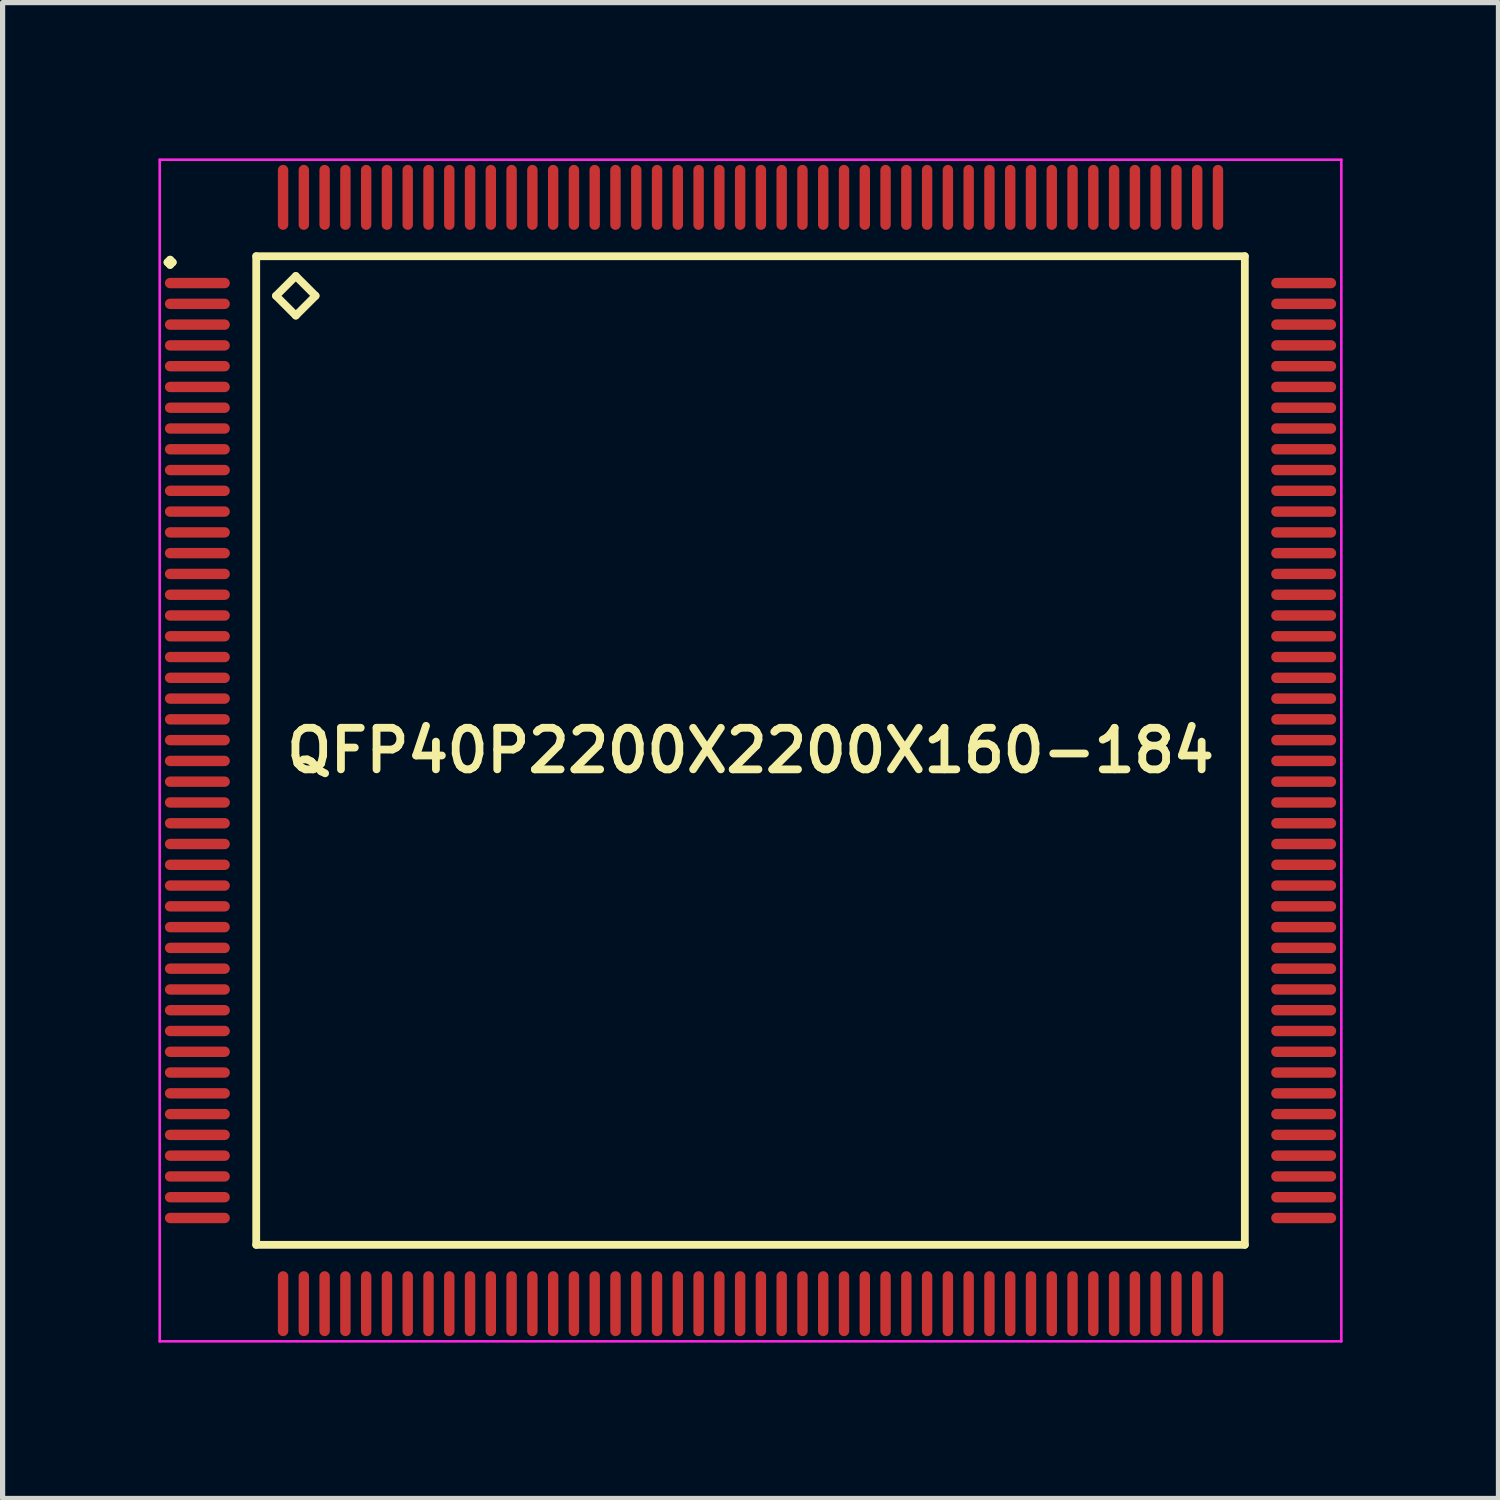
<source format=kicad_pcb>
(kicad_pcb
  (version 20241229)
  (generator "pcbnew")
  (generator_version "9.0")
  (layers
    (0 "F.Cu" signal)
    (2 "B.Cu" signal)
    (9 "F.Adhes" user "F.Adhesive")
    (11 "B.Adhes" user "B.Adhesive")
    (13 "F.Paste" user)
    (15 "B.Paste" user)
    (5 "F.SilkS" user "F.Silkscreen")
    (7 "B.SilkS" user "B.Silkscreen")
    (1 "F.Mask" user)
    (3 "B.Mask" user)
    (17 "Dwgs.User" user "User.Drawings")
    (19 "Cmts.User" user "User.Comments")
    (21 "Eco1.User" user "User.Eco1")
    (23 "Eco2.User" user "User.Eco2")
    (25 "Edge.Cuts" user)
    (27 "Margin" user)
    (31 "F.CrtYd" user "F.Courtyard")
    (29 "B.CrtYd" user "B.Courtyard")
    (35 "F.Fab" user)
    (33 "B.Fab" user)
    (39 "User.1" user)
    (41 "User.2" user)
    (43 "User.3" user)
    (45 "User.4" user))
  (footprint "QFP40P2200X2200X160-184"
    (layer "F.Cu")
    (at 11.4 11.4)
    (property "Reference" "QFP40P2200X2200X160-184" (at 0 0 0) (layer "F.SilkS") (effects (font (size 0.8 0.8) (thickness 0.15))))
    (attr smd)
    (fp_line (start -11.225 -9.4) (end -11.175 -9.45) (stroke (width 0.15) (type solid)) (layer "F.SilkS"))
    (fp_line (start -11.175 -9.45) (end -11.125 -9.4) (stroke (width 0.15) (type solid)) (layer "F.SilkS"))
    (fp_line (start -11.175 -9.35) (end -11.225 -9.4) (stroke (width 0.15) (type solid)) (layer "F.SilkS"))
    (fp_line (start -11.125 -9.4) (end -11.175 -9.35) (stroke (width 0.15) (type solid)) (layer "F.SilkS"))
    (fp_line (start -9.517 -9.517) (end -9.517 9.517) (stroke (width 0.15) (type solid)) (layer "F.SilkS"))
    (fp_line (start -9.517 9.517) (end 9.517 9.517) (stroke (width 0.15) (type solid)) (layer "F.SilkS"))
    (fp_line (start -9.136 -8.755) (end -8.755 -9.136) (stroke (width 0.15) (type solid)) (layer "F.SilkS"))
    (fp_line (start -8.755 -9.136) (end -8.374 -8.755) (stroke (width 0.15) (type solid)) (layer "F.SilkS"))
    (fp_line (start -8.755 -8.374) (end -9.136 -8.755) (stroke (width 0.15) (type solid)) (layer "F.SilkS"))
    (fp_line (start -8.374 -8.755) (end -8.755 -8.374) (stroke (width 0.15) (type solid)) (layer "F.SilkS"))
    (fp_line (start 9.517 -9.517) (end -9.517 -9.517) (stroke (width 0.15) (type solid)) (layer "F.SilkS"))
    (fp_line (start 9.517 9.517) (end 9.517 -9.517) (stroke (width 0.15) (type solid)) (layer "F.SilkS"))
    (fp_line (start -11.375 -11.375) (end 11.375 -11.375) (stroke (width 0.05) (type solid)) (layer "F.CrtYd"))
    (fp_line (start -11.375 11.375) (end -11.375 -11.375) (stroke (width 0.05) (type solid)) (layer "F.CrtYd"))
    (fp_line (start 11.375 -11.375) (end 11.375 11.375) (stroke (width 0.05) (type solid)) (layer "F.CrtYd"))
    (fp_line (start 11.375 11.375) (end -11.375 11.375) (stroke (width 0.05) (type solid)) (layer "F.CrtYd"))
    (pad "1" smd oval (at -10.65 -9) (size 1.25 0.2) (layers "F.Cu" "F.Mask" "F.Paste"))
    (pad "2" smd oval (at -10.65 -8.6) (size 1.25 0.2) (layers "F.Cu" "F.Mask" "F.Paste"))
    (pad "3" smd oval (at -10.65 -8.2) (size 1.25 0.2) (layers "F.Cu" "F.Mask" "F.Paste"))
    (pad "4" smd oval (at -10.65 -7.8) (size 1.25 0.2) (layers "F.Cu" "F.Mask" "F.Paste"))
    (pad "5" smd oval (at -10.65 -7.4) (size 1.25 0.2) (layers "F.Cu" "F.Mask" "F.Paste"))
    (pad "6" smd oval (at -10.65 -7) (size 1.25 0.2) (layers "F.Cu" "F.Mask" "F.Paste"))
    (pad "7" smd oval (at -10.65 -6.6) (size 1.25 0.2) (layers "F.Cu" "F.Mask" "F.Paste"))
    (pad "8" smd oval (at -10.65 -6.2) (size 1.25 0.2) (layers "F.Cu" "F.Mask" "F.Paste"))
    (pad "9" smd oval (at -10.65 -5.8) (size 1.25 0.2) (layers "F.Cu" "F.Mask" "F.Paste"))
    (pad "10" smd oval (at -10.65 -5.4) (size 1.25 0.2) (layers "F.Cu" "F.Mask" "F.Paste"))
    (pad "11" smd oval (at -10.65 -5) (size 1.25 0.2) (layers "F.Cu" "F.Mask" "F.Paste"))
    (pad "12" smd oval (at -10.65 -4.6) (size 1.25 0.2) (layers "F.Cu" "F.Mask" "F.Paste"))
    (pad "13" smd oval (at -10.65 -4.2) (size 1.25 0.2) (layers "F.Cu" "F.Mask" "F.Paste"))
    (pad "14" smd oval (at -10.65 -3.8) (size 1.25 0.2) (layers "F.Cu" "F.Mask" "F.Paste"))
    (pad "15" smd oval (at -10.65 -3.4) (size 1.25 0.2) (layers "F.Cu" "F.Mask" "F.Paste"))
    (pad "16" smd oval (at -10.65 -3) (size 1.25 0.2) (layers "F.Cu" "F.Mask" "F.Paste"))
    (pad "17" smd oval (at -10.65 -2.6) (size 1.25 0.2) (layers "F.Cu" "F.Mask" "F.Paste"))
    (pad "18" smd oval (at -10.65 -2.2) (size 1.25 0.2) (layers "F.Cu" "F.Mask" "F.Paste"))
    (pad "19" smd oval (at -10.65 -1.8) (size 1.25 0.2) (layers "F.Cu" "F.Mask" "F.Paste"))
    (pad "20" smd oval (at -10.65 -1.4) (size 1.25 0.2) (layers "F.Cu" "F.Mask" "F.Paste"))
    (pad "21" smd oval (at -10.65 -1) (size 1.25 0.2) (layers "F.Cu" "F.Mask" "F.Paste"))
    (pad "22" smd oval (at -10.65 -0.6) (size 1.25 0.2) (layers "F.Cu" "F.Mask" "F.Paste"))
    (pad "23" smd oval (at -10.65 -0.2) (size 1.25 0.2) (layers "F.Cu" "F.Mask" "F.Paste"))
    (pad "24" smd oval (at -10.65 0.2) (size 1.25 0.2) (layers "F.Cu" "F.Mask" "F.Paste"))
    (pad "25" smd oval (at -10.65 0.6) (size 1.25 0.2) (layers "F.Cu" "F.Mask" "F.Paste"))
    (pad "26" smd oval (at -10.65 1) (size 1.25 0.2) (layers "F.Cu" "F.Mask" "F.Paste"))
    (pad "27" smd oval (at -10.65 1.4) (size 1.25 0.2) (layers "F.Cu" "F.Mask" "F.Paste"))
    (pad "28" smd oval (at -10.65 1.8) (size 1.25 0.2) (layers "F.Cu" "F.Mask" "F.Paste"))
    (pad "29" smd oval (at -10.65 2.2) (size 1.25 0.2) (layers "F.Cu" "F.Mask" "F.Paste"))
    (pad "30" smd oval (at -10.65 2.6) (size 1.25 0.2) (layers "F.Cu" "F.Mask" "F.Paste"))
    (pad "31" smd oval (at -10.65 3) (size 1.25 0.2) (layers "F.Cu" "F.Mask" "F.Paste"))
    (pad "32" smd oval (at -10.65 3.4) (size 1.25 0.2) (layers "F.Cu" "F.Mask" "F.Paste"))
    (pad "33" smd oval (at -10.65 3.8) (size 1.25 0.2) (layers "F.Cu" "F.Mask" "F.Paste"))
    (pad "34" smd oval (at -10.65 4.2) (size 1.25 0.2) (layers "F.Cu" "F.Mask" "F.Paste"))
    (pad "35" smd oval (at -10.65 4.6) (size 1.25 0.2) (layers "F.Cu" "F.Mask" "F.Paste"))
    (pad "36" smd oval (at -10.65 5) (size 1.25 0.2) (layers "F.Cu" "F.Mask" "F.Paste"))
    (pad "37" smd oval (at -10.65 5.4) (size 1.25 0.2) (layers "F.Cu" "F.Mask" "F.Paste"))
    (pad "38" smd oval (at -10.65 5.8) (size 1.25 0.2) (layers "F.Cu" "F.Mask" "F.Paste"))
    (pad "39" smd oval (at -10.65 6.2) (size 1.25 0.2) (layers "F.Cu" "F.Mask" "F.Paste"))
    (pad "40" smd oval (at -10.65 6.6) (size 1.25 0.2) (layers "F.Cu" "F.Mask" "F.Paste"))
    (pad "41" smd oval (at -10.65 7) (size 1.25 0.2) (layers "F.Cu" "F.Mask" "F.Paste"))
    (pad "42" smd oval (at -10.65 7.4) (size 1.25 0.2) (layers "F.Cu" "F.Mask" "F.Paste"))
    (pad "43" smd oval (at -10.65 7.8) (size 1.25 0.2) (layers "F.Cu" "F.Mask" "F.Paste"))
    (pad "44" smd oval (at -10.65 8.2) (size 1.25 0.2) (layers "F.Cu" "F.Mask" "F.Paste"))
    (pad "45" smd oval (at -10.65 8.6) (size 1.25 0.2) (layers "F.Cu" "F.Mask" "F.Paste"))
    (pad "46" smd oval (at -10.65 9) (size 1.25 0.2) (layers "F.Cu" "F.Mask" "F.Paste"))
    (pad "47" smd oval (at -9 10.65) (size 0.2 1.25) (layers "F.Cu" "F.Mask" "F.Paste"))
    (pad "48" smd oval (at -8.6 10.65) (size 0.2 1.25) (layers "F.Cu" "F.Mask" "F.Paste"))
    (pad "49" smd oval (at -8.2 10.65) (size 0.2 1.25) (layers "F.Cu" "F.Mask" "F.Paste"))
    (pad "50" smd oval (at -7.8 10.65) (size 0.2 1.25) (layers "F.Cu" "F.Mask" "F.Paste"))
    (pad "51" smd oval (at -7.4 10.65) (size 0.2 1.25) (layers "F.Cu" "F.Mask" "F.Paste"))
    (pad "52" smd oval (at -7 10.65) (size 0.2 1.25) (layers "F.Cu" "F.Mask" "F.Paste"))
    (pad "53" smd oval (at -6.6 10.65) (size 0.2 1.25) (layers "F.Cu" "F.Mask" "F.Paste"))
    (pad "54" smd oval (at -6.2 10.65) (size 0.2 1.25) (layers "F.Cu" "F.Mask" "F.Paste"))
    (pad "55" smd oval (at -5.8 10.65) (size 0.2 1.25) (layers "F.Cu" "F.Mask" "F.Paste"))
    (pad "56" smd oval (at -5.4 10.65) (size 0.2 1.25) (layers "F.Cu" "F.Mask" "F.Paste"))
    (pad "57" smd oval (at -5 10.65) (size 0.2 1.25) (layers "F.Cu" "F.Mask" "F.Paste"))
    (pad "58" smd oval (at -4.6 10.65) (size 0.2 1.25) (layers "F.Cu" "F.Mask" "F.Paste"))
    (pad "59" smd oval (at -4.2 10.65) (size 0.2 1.25) (layers "F.Cu" "F.Mask" "F.Paste"))
    (pad "60" smd oval (at -3.8 10.65) (size 0.2 1.25) (layers "F.Cu" "F.Mask" "F.Paste"))
    (pad "61" smd oval (at -3.4 10.65) (size 0.2 1.25) (layers "F.Cu" "F.Mask" "F.Paste"))
    (pad "62" smd oval (at -3 10.65) (size 0.2 1.25) (layers "F.Cu" "F.Mask" "F.Paste"))
    (pad "63" smd oval (at -2.6 10.65) (size 0.2 1.25) (layers "F.Cu" "F.Mask" "F.Paste"))
    (pad "64" smd oval (at -2.2 10.65) (size 0.2 1.25) (layers "F.Cu" "F.Mask" "F.Paste"))
    (pad "65" smd oval (at -1.8 10.65) (size 0.2 1.25) (layers "F.Cu" "F.Mask" "F.Paste"))
    (pad "66" smd oval (at -1.4 10.65) (size 0.2 1.25) (layers "F.Cu" "F.Mask" "F.Paste"))
    (pad "67" smd oval (at -1 10.65) (size 0.2 1.25) (layers "F.Cu" "F.Mask" "F.Paste"))
    (pad "68" smd oval (at -0.6 10.65) (size 0.2 1.25) (layers "F.Cu" "F.Mask" "F.Paste"))
    (pad "69" smd oval (at -0.2 10.65) (size 0.2 1.25) (layers "F.Cu" "F.Mask" "F.Paste"))
    (pad "70" smd oval (at 0.2 10.65) (size 0.2 1.25) (layers "F.Cu" "F.Mask" "F.Paste"))
    (pad "71" smd oval (at 0.6 10.65) (size 0.2 1.25) (layers "F.Cu" "F.Mask" "F.Paste"))
    (pad "72" smd oval (at 1 10.65) (size 0.2 1.25) (layers "F.Cu" "F.Mask" "F.Paste"))
    (pad "73" smd oval (at 1.4 10.65) (size 0.2 1.25) (layers "F.Cu" "F.Mask" "F.Paste"))
    (pad "74" smd oval (at 1.8 10.65) (size 0.2 1.25) (layers "F.Cu" "F.Mask" "F.Paste"))
    (pad "75" smd oval (at 2.2 10.65) (size 0.2 1.25) (layers "F.Cu" "F.Mask" "F.Paste"))
    (pad "76" smd oval (at 2.6 10.65) (size 0.2 1.25) (layers "F.Cu" "F.Mask" "F.Paste"))
    (pad "77" smd oval (at 3 10.65) (size 0.2 1.25) (layers "F.Cu" "F.Mask" "F.Paste"))
    (pad "78" smd oval (at 3.4 10.65) (size 0.2 1.25) (layers "F.Cu" "F.Mask" "F.Paste"))
    (pad "79" smd oval (at 3.8 10.65) (size 0.2 1.25) (layers "F.Cu" "F.Mask" "F.Paste"))
    (pad "80" smd oval (at 4.2 10.65) (size 0.2 1.25) (layers "F.Cu" "F.Mask" "F.Paste"))
    (pad "81" smd oval (at 4.6 10.65) (size 0.2 1.25) (layers "F.Cu" "F.Mask" "F.Paste"))
    (pad "82" smd oval (at 5 10.65) (size 0.2 1.25) (layers "F.Cu" "F.Mask" "F.Paste"))
    (pad "83" smd oval (at 5.4 10.65) (size 0.2 1.25) (layers "F.Cu" "F.Mask" "F.Paste"))
    (pad "84" smd oval (at 5.8 10.65) (size 0.2 1.25) (layers "F.Cu" "F.Mask" "F.Paste"))
    (pad "85" smd oval (at 6.2 10.65) (size 0.2 1.25) (layers "F.Cu" "F.Mask" "F.Paste"))
    (pad "86" smd oval (at 6.6 10.65) (size 0.2 1.25) (layers "F.Cu" "F.Mask" "F.Paste"))
    (pad "87" smd oval (at 7 10.65) (size 0.2 1.25) (layers "F.Cu" "F.Mask" "F.Paste"))
    (pad "88" smd oval (at 7.4 10.65) (size 0.2 1.25) (layers "F.Cu" "F.Mask" "F.Paste"))
    (pad "89" smd oval (at 7.8 10.65) (size 0.2 1.25) (layers "F.Cu" "F.Mask" "F.Paste"))
    (pad "90" smd oval (at 8.2 10.65) (size 0.2 1.25) (layers "F.Cu" "F.Mask" "F.Paste"))
    (pad "91" smd oval (at 8.6 10.65) (size 0.2 1.25) (layers "F.Cu" "F.Mask" "F.Paste"))
    (pad "92" smd oval (at 9 10.65) (size 0.2 1.25) (layers "F.Cu" "F.Mask" "F.Paste"))
    (pad "93" smd oval (at 10.65 9) (size 1.25 0.2) (layers "F.Cu" "F.Mask" "F.Paste"))
    (pad "94" smd oval (at 10.65 8.6) (size 1.25 0.2) (layers "F.Cu" "F.Mask" "F.Paste"))
    (pad "95" smd oval (at 10.65 8.2) (size 1.25 0.2) (layers "F.Cu" "F.Mask" "F.Paste"))
    (pad "96" smd oval (at 10.65 7.8) (size 1.25 0.2) (layers "F.Cu" "F.Mask" "F.Paste"))
    (pad "97" smd oval (at 10.65 7.4) (size 1.25 0.2) (layers "F.Cu" "F.Mask" "F.Paste"))
    (pad "98" smd oval (at 10.65 7) (size 1.25 0.2) (layers "F.Cu" "F.Mask" "F.Paste"))
    (pad "99" smd oval (at 10.65 6.6) (size 1.25 0.2) (layers "F.Cu" "F.Mask" "F.Paste"))
    (pad "100" smd oval (at 10.65 6.2) (size 1.25 0.2) (layers "F.Cu" "F.Mask" "F.Paste"))
    (pad "101" smd oval (at 10.65 5.8) (size 1.25 0.2) (layers "F.Cu" "F.Mask" "F.Paste"))
    (pad "102" smd oval (at 10.65 5.4) (size 1.25 0.2) (layers "F.Cu" "F.Mask" "F.Paste"))
    (pad "103" smd oval (at 10.65 5) (size 1.25 0.2) (layers "F.Cu" "F.Mask" "F.Paste"))
    (pad "104" smd oval (at 10.65 4.6) (size 1.25 0.2) (layers "F.Cu" "F.Mask" "F.Paste"))
    (pad "105" smd oval (at 10.65 4.2) (size 1.25 0.2) (layers "F.Cu" "F.Mask" "F.Paste"))
    (pad "106" smd oval (at 10.65 3.8) (size 1.25 0.2) (layers "F.Cu" "F.Mask" "F.Paste"))
    (pad "107" smd oval (at 10.65 3.4) (size 1.25 0.2) (layers "F.Cu" "F.Mask" "F.Paste"))
    (pad "108" smd oval (at 10.65 3) (size 1.25 0.2) (layers "F.Cu" "F.Mask" "F.Paste"))
    (pad "109" smd oval (at 10.65 2.6) (size 1.25 0.2) (layers "F.Cu" "F.Mask" "F.Paste"))
    (pad "110" smd oval (at 10.65 2.2) (size 1.25 0.2) (layers "F.Cu" "F.Mask" "F.Paste"))
    (pad "111" smd oval (at 10.65 1.8) (size 1.25 0.2) (layers "F.Cu" "F.Mask" "F.Paste"))
    (pad "112" smd oval (at 10.65 1.4) (size 1.25 0.2) (layers "F.Cu" "F.Mask" "F.Paste"))
    (pad "113" smd oval (at 10.65 1) (size 1.25 0.2) (layers "F.Cu" "F.Mask" "F.Paste"))
    (pad "114" smd oval (at 10.65 0.6) (size 1.25 0.2) (layers "F.Cu" "F.Mask" "F.Paste"))
    (pad "115" smd oval (at 10.65 0.2) (size 1.25 0.2) (layers "F.Cu" "F.Mask" "F.Paste"))
    (pad "116" smd oval (at 10.65 -0.2) (size 1.25 0.2) (layers "F.Cu" "F.Mask" "F.Paste"))
    (pad "117" smd oval (at 10.65 -0.6) (size 1.25 0.2) (layers "F.Cu" "F.Mask" "F.Paste"))
    (pad "118" smd oval (at 10.65 -1) (size 1.25 0.2) (layers "F.Cu" "F.Mask" "F.Paste"))
    (pad "119" smd oval (at 10.65 -1.4) (size 1.25 0.2) (layers "F.Cu" "F.Mask" "F.Paste"))
    (pad "120" smd oval (at 10.65 -1.8) (size 1.25 0.2) (layers "F.Cu" "F.Mask" "F.Paste"))
    (pad "121" smd oval (at 10.65 -2.2) (size 1.25 0.2) (layers "F.Cu" "F.Mask" "F.Paste"))
    (pad "122" smd oval (at 10.65 -2.6) (size 1.25 0.2) (layers "F.Cu" "F.Mask" "F.Paste"))
    (pad "123" smd oval (at 10.65 -3) (size 1.25 0.2) (layers "F.Cu" "F.Mask" "F.Paste"))
    (pad "124" smd oval (at 10.65 -3.4) (size 1.25 0.2) (layers "F.Cu" "F.Mask" "F.Paste"))
    (pad "125" smd oval (at 10.65 -3.8) (size 1.25 0.2) (layers "F.Cu" "F.Mask" "F.Paste"))
    (pad "126" smd oval (at 10.65 -4.2) (size 1.25 0.2) (layers "F.Cu" "F.Mask" "F.Paste"))
    (pad "127" smd oval (at 10.65 -4.6) (size 1.25 0.2) (layers "F.Cu" "F.Mask" "F.Paste"))
    (pad "128" smd oval (at 10.65 -5) (size 1.25 0.2) (layers "F.Cu" "F.Mask" "F.Paste"))
    (pad "129" smd oval (at 10.65 -5.4) (size 1.25 0.2) (layers "F.Cu" "F.Mask" "F.Paste"))
    (pad "130" smd oval (at 10.65 -5.8) (size 1.25 0.2) (layers "F.Cu" "F.Mask" "F.Paste"))
    (pad "131" smd oval (at 10.65 -6.2) (size 1.25 0.2) (layers "F.Cu" "F.Mask" "F.Paste"))
    (pad "132" smd oval (at 10.65 -6.6) (size 1.25 0.2) (layers "F.Cu" "F.Mask" "F.Paste"))
    (pad "133" smd oval (at 10.65 -7) (size 1.25 0.2) (layers "F.Cu" "F.Mask" "F.Paste"))
    (pad "134" smd oval (at 10.65 -7.4) (size 1.25 0.2) (layers "F.Cu" "F.Mask" "F.Paste"))
    (pad "135" smd oval (at 10.65 -7.8) (size 1.25 0.2) (layers "F.Cu" "F.Mask" "F.Paste"))
    (pad "136" smd oval (at 10.65 -8.2) (size 1.25 0.2) (layers "F.Cu" "F.Mask" "F.Paste"))
    (pad "137" smd oval (at 10.65 -8.6) (size 1.25 0.2) (layers "F.Cu" "F.Mask" "F.Paste"))
    (pad "138" smd oval (at 10.65 -9) (size 1.25 0.2) (layers "F.Cu" "F.Mask" "F.Paste"))
    (pad "139" smd oval (at 9 -10.65) (size 0.2 1.25) (layers "F.Cu" "F.Mask" "F.Paste"))
    (pad "140" smd oval (at 8.6 -10.65) (size 0.2 1.25) (layers "F.Cu" "F.Mask" "F.Paste"))
    (pad "141" smd oval (at 8.2 -10.65) (size 0.2 1.25) (layers "F.Cu" "F.Mask" "F.Paste"))
    (pad "142" smd oval (at 7.8 -10.65) (size 0.2 1.25) (layers "F.Cu" "F.Mask" "F.Paste"))
    (pad "143" smd oval (at 7.4 -10.65) (size 0.2 1.25) (layers "F.Cu" "F.Mask" "F.Paste"))
    (pad "144" smd oval (at 7 -10.65) (size 0.2 1.25) (layers "F.Cu" "F.Mask" "F.Paste"))
    (pad "145" smd oval (at 6.6 -10.65) (size 0.2 1.25) (layers "F.Cu" "F.Mask" "F.Paste"))
    (pad "146" smd oval (at 6.2 -10.65) (size 0.2 1.25) (layers "F.Cu" "F.Mask" "F.Paste"))
    (pad "147" smd oval (at 5.8 -10.65) (size 0.2 1.25) (layers "F.Cu" "F.Mask" "F.Paste"))
    (pad "148" smd oval (at 5.4 -10.65) (size 0.2 1.25) (layers "F.Cu" "F.Mask" "F.Paste"))
    (pad "149" smd oval (at 5 -10.65) (size 0.2 1.25) (layers "F.Cu" "F.Mask" "F.Paste"))
    (pad "150" smd oval (at 4.6 -10.65) (size 0.2 1.25) (layers "F.Cu" "F.Mask" "F.Paste"))
    (pad "151" smd oval (at 4.2 -10.65) (size 0.2 1.25) (layers "F.Cu" "F.Mask" "F.Paste"))
    (pad "152" smd oval (at 3.8 -10.65) (size 0.2 1.25) (layers "F.Cu" "F.Mask" "F.Paste"))
    (pad "153" smd oval (at 3.4 -10.65) (size 0.2 1.25) (layers "F.Cu" "F.Mask" "F.Paste"))
    (pad "154" smd oval (at 3 -10.65) (size 0.2 1.25) (layers "F.Cu" "F.Mask" "F.Paste"))
    (pad "155" smd oval (at 2.6 -10.65) (size 0.2 1.25) (layers "F.Cu" "F.Mask" "F.Paste"))
    (pad "156" smd oval (at 2.2 -10.65) (size 0.2 1.25) (layers "F.Cu" "F.Mask" "F.Paste"))
    (pad "157" smd oval (at 1.8 -10.65) (size 0.2 1.25) (layers "F.Cu" "F.Mask" "F.Paste"))
    (pad "158" smd oval (at 1.4 -10.65) (size 0.2 1.25) (layers "F.Cu" "F.Mask" "F.Paste"))
    (pad "159" smd oval (at 1 -10.65) (size 0.2 1.25) (layers "F.Cu" "F.Mask" "F.Paste"))
    (pad "160" smd oval (at 0.6 -10.65) (size 0.2 1.25) (layers "F.Cu" "F.Mask" "F.Paste"))
    (pad "161" smd oval (at 0.2 -10.65) (size 0.2 1.25) (layers "F.Cu" "F.Mask" "F.Paste"))
    (pad "162" smd oval (at -0.2 -10.65) (size 0.2 1.25) (layers "F.Cu" "F.Mask" "F.Paste"))
    (pad "163" smd oval (at -0.6 -10.65) (size 0.2 1.25) (layers "F.Cu" "F.Mask" "F.Paste"))
    (pad "164" smd oval (at -1 -10.65) (size 0.2 1.25) (layers "F.Cu" "F.Mask" "F.Paste"))
    (pad "165" smd oval (at -1.4 -10.65) (size 0.2 1.25) (layers "F.Cu" "F.Mask" "F.Paste"))
    (pad "166" smd oval (at -1.8 -10.65) (size 0.2 1.25) (layers "F.Cu" "F.Mask" "F.Paste"))
    (pad "167" smd oval (at -2.2 -10.65) (size 0.2 1.25) (layers "F.Cu" "F.Mask" "F.Paste"))
    (pad "168" smd oval (at -2.6 -10.65) (size 0.2 1.25) (layers "F.Cu" "F.Mask" "F.Paste"))
    (pad "169" smd oval (at -3 -10.65) (size 0.2 1.25) (layers "F.Cu" "F.Mask" "F.Paste"))
    (pad "170" smd oval (at -3.4 -10.65) (size 0.2 1.25) (layers "F.Cu" "F.Mask" "F.Paste"))
    (pad "171" smd oval (at -3.8 -10.65) (size 0.2 1.25) (layers "F.Cu" "F.Mask" "F.Paste"))
    (pad "172" smd oval (at -4.2 -10.65) (size 0.2 1.25) (layers "F.Cu" "F.Mask" "F.Paste"))
    (pad "173" smd oval (at -4.6 -10.65) (size 0.2 1.25) (layers "F.Cu" "F.Mask" "F.Paste"))
    (pad "174" smd oval (at -5 -10.65) (size 0.2 1.25) (layers "F.Cu" "F.Mask" "F.Paste"))
    (pad "175" smd oval (at -5.4 -10.65) (size 0.2 1.25) (layers "F.Cu" "F.Mask" "F.Paste"))
    (pad "176" smd oval (at -5.8 -10.65) (size 0.2 1.25) (layers "F.Cu" "F.Mask" "F.Paste"))
    (pad "177" smd oval (at -6.2 -10.65) (size 0.2 1.25) (layers "F.Cu" "F.Mask" "F.Paste"))
    (pad "178" smd oval (at -6.6 -10.65) (size 0.2 1.25) (layers "F.Cu" "F.Mask" "F.Paste"))
    (pad "179" smd oval (at -7 -10.65) (size 0.2 1.25) (layers "F.Cu" "F.Mask" "F.Paste"))
    (pad "180" smd oval (at -7.4 -10.65) (size 0.2 1.25) (layers "F.Cu" "F.Mask" "F.Paste"))
    (pad "181" smd oval (at -7.8 -10.65) (size 0.2 1.25) (layers "F.Cu" "F.Mask" "F.Paste"))
    (pad "182" smd oval (at -8.2 -10.65) (size 0.2 1.25) (layers "F.Cu" "F.Mask" "F.Paste"))
    (pad "183" smd oval (at -8.6 -10.65) (size 0.2 1.25) (layers "F.Cu" "F.Mask" "F.Paste"))
    (pad "184" smd oval (at -9 -10.65) (size 0.2 1.25) (layers "F.Cu" "F.Mask" "F.Paste")))
  (gr_rect
    (start -3 -3)
    (end 25.8 25.8)
    (stroke (width 0.1) (type default))
    (fill no)
    (layer "Edge.Cuts")))
</source>
